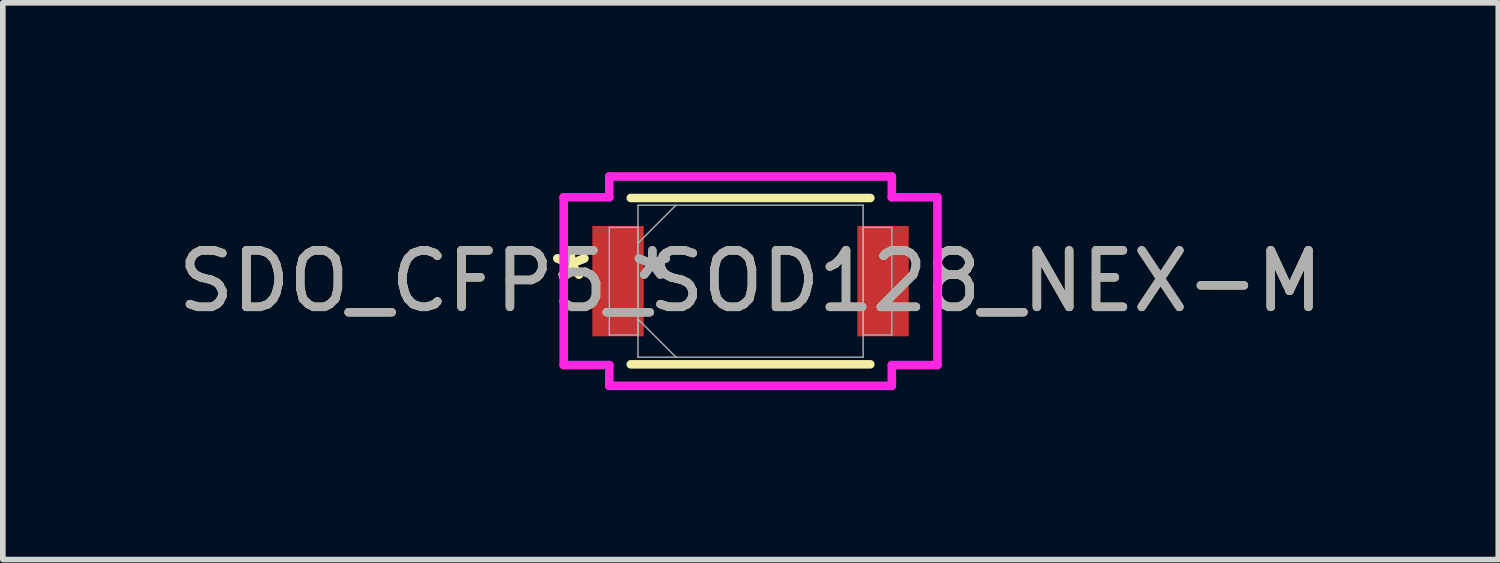
<source format=kicad_pcb>
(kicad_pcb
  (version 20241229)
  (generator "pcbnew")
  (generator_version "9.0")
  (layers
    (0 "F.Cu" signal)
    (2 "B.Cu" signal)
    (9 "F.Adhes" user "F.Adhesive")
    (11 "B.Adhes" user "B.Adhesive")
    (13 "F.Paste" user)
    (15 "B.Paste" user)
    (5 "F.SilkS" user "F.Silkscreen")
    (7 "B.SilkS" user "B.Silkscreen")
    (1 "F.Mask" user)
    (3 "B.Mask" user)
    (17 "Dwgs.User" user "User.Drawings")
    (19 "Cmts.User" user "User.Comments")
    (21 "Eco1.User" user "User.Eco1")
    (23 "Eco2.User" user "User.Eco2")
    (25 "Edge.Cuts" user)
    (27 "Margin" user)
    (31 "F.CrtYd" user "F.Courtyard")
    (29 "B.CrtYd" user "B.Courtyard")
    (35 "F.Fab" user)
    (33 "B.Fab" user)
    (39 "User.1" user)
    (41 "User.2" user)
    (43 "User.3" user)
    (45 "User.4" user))
  (footprint "SDO_CFP5_SOD128_NEX-M"
    (layer "F.Cu")
    (at 10.244 1.93)
    (property "Reference" "SDO_CFP5_SOD128_NEX-M" (at 0 0 0) (unlocked yes) (layer "F.SilkS") (effects (font (size 1 1) (thickness 0.15))))
    (attr smd)
    (fp_line (start -2.121 1.473) (end 2.121 1.473) (stroke (width 0.152) (type solid)) (layer "F.SilkS"))
    (fp_line (start 2.121 -1.473) (end -2.121 -1.473) (stroke (width 0.152) (type solid)) (layer "F.SilkS"))
    (fp_line (start -3.31 -1.486) (end -2.502 -1.486) (stroke (width 0.152) (type solid)) (layer "F.CrtYd"))
    (fp_line (start -3.31 1.486) (end -3.31 -1.486) (stroke (width 0.152) (type solid)) (layer "F.CrtYd"))
    (fp_line (start -2.502 -1.854) (end 2.502 -1.854) (stroke (width 0.152) (type solid)) (layer "F.CrtYd"))
    (fp_line (start -2.502 -1.486) (end -2.502 -1.854) (stroke (width 0.152) (type solid)) (layer "F.CrtYd"))
    (fp_line (start -2.502 1.486) (end -3.31 1.486) (stroke (width 0.152) (type solid)) (layer "F.CrtYd"))
    (fp_line (start -2.502 1.854) (end -2.502 1.486) (stroke (width 0.152) (type solid)) (layer "F.CrtYd"))
    (fp_line (start 2.502 -1.854) (end 2.502 -1.486) (stroke (width 0.152) (type solid)) (layer "F.CrtYd"))
    (fp_line (start 2.502 -1.486) (end 3.31 -1.486) (stroke (width 0.152) (type solid)) (layer "F.CrtYd"))
    (fp_line (start 2.502 1.486) (end 2.502 1.854) (stroke (width 0.152) (type solid)) (layer "F.CrtYd"))
    (fp_line (start 2.502 1.854) (end -2.502 1.854) (stroke (width 0.152) (type solid)) (layer "F.CrtYd"))
    (fp_line (start 3.31 -1.486) (end 3.31 1.486) (stroke (width 0.152) (type solid)) (layer "F.CrtYd"))
    (fp_line (start 3.31 1.486) (end 2.502 1.486) (stroke (width 0.152) (type solid)) (layer "F.CrtYd"))
    (fp_line (start -2.502 -0.953) (end -2.502 0.953) (stroke (width 0.025) (type solid)) (layer "F.Fab"))
    (fp_line (start -2.502 0.953) (end -1.994 0.953) (stroke (width 0.025) (type solid)) (layer "F.Fab"))
    (fp_line (start -1.994 -1.346) (end -1.994 1.346) (stroke (width 0.025) (type solid)) (layer "F.Fab"))
    (fp_line (start -1.994 -0.953) (end -2.502 -0.953) (stroke (width 0.025) (type solid)) (layer "F.Fab"))
    (fp_line (start -1.994 -0.673) (end -1.321 -1.346) (stroke (width 0.025) (type solid)) (layer "F.Fab"))
    (fp_line (start -1.994 0.673) (end -1.321 1.346) (stroke (width 0.025) (type solid)) (layer "F.Fab"))
    (fp_line (start -1.994 0.953) (end -1.994 -0.953) (stroke (width 0.025) (type solid)) (layer "F.Fab"))
    (fp_line (start -1.994 1.346) (end 1.994 1.346) (stroke (width 0.025) (type solid)) (layer "F.Fab"))
    (fp_line (start 1.994 -1.346) (end -1.994 -1.346) (stroke (width 0.025) (type solid)) (layer "F.Fab"))
    (fp_line (start 1.994 -0.953) (end 1.994 0.953) (stroke (width 0.025) (type solid)) (layer "F.Fab"))
    (fp_line (start 1.994 0.953) (end 2.502 0.953) (stroke (width 0.025) (type solid)) (layer "F.Fab"))
    (fp_line (start 1.994 1.346) (end 1.994 -1.346) (stroke (width 0.025) (type solid)) (layer "F.Fab"))
    (fp_line (start 2.502 -0.953) (end 1.994 -0.953) (stroke (width 0.025) (type solid)) (layer "F.Fab"))
    (fp_line (start 2.502 0.953) (end 2.502 -0.953) (stroke (width 0.025) (type solid)) (layer "F.Fab"))
    (fp_text user "*" (at -3.183 0 0) (unlocked yes) (layer "F.SilkS") (effects (font (size 1 1) (thickness 0.15))))
    (fp_text user "*" (at -3.183 0 0) (layer "F.SilkS") (effects (font (size 1 1) (thickness 0.15))))
    (fp_text user "*" (at -1.74 0 0) (unlocked yes) (layer "F.Fab") (effects (font (size 1 1) (thickness 0.15))))
    (fp_text user "${REFERENCE}" (at 0 0 0) (unlocked yes) (layer "F.Fab") (effects (font (size 1 1) (thickness 0.15))))
    (fp_text user "*" (at -1.74 0 0) (layer "F.Fab") (effects (font (size 1 1) (thickness 0.15))))
    (pad "1" smd rect (at -2.347 0) (size 0.91 1.955) (layers "F.Cu" "F.Mask" "F.Paste"))
    (pad "2" smd rect (at 2.347 0) (size 0.91 1.955) (layers "F.Cu" "F.Mask" "F.Paste"))
    (zone (net_name "") (layer "F.Cu") (hatch full 0.508) (connect_pads) (min_thickness 0.254) (filled_areas_thickness no) (keepout (tracks not_allowed) (vias not_allowed) (pads allowed) (copperpour not_allowed) (footprints allowed)) (placement (enabled no)) (fill) (polygon (pts (xy 8.403 0.635) (xy 12.086 0.635) (xy 12.086 3.226) (xy 8.403 3.226)))))
  (gr_rect
    (start -3 -3)
    (end 23.488 6.861)
    (stroke (width 0.1) (type default))
    (fill no)
    (layer "Edge.Cuts")))
</source>
